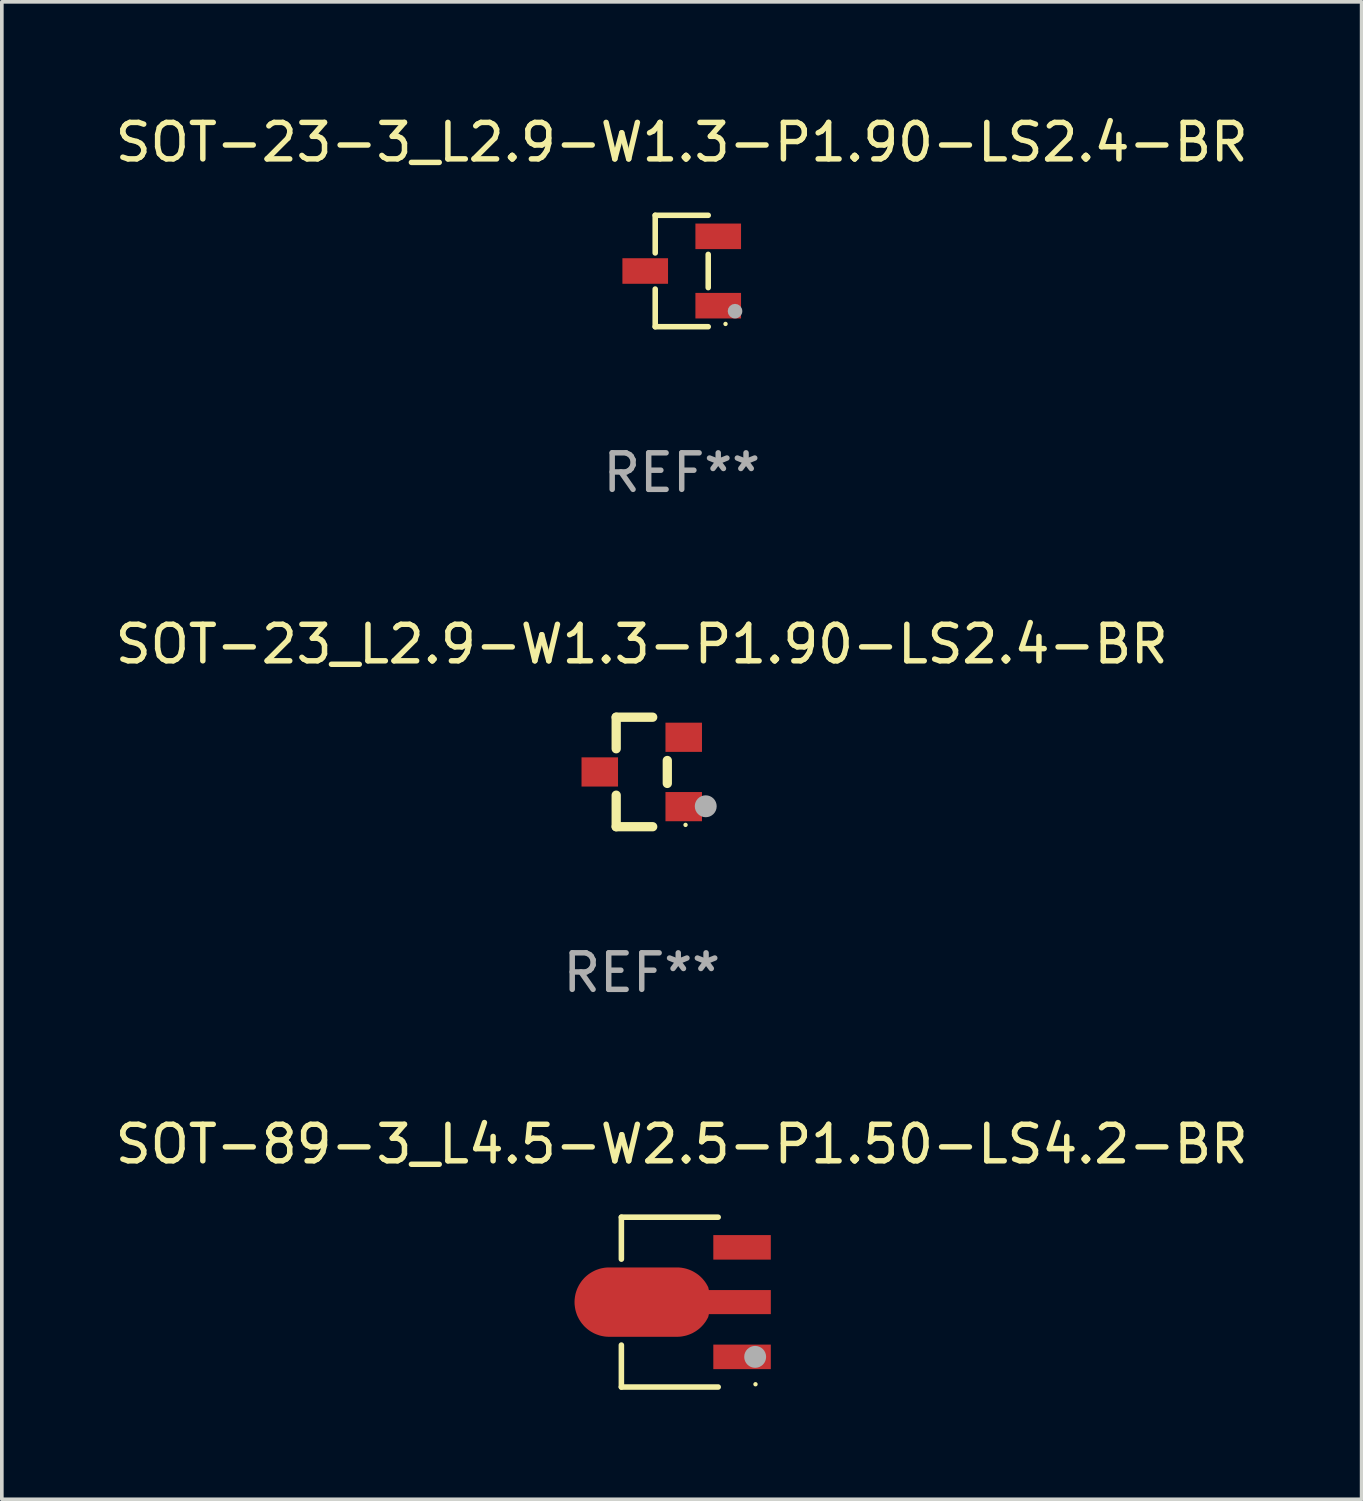
<source format=kicad_pcb>
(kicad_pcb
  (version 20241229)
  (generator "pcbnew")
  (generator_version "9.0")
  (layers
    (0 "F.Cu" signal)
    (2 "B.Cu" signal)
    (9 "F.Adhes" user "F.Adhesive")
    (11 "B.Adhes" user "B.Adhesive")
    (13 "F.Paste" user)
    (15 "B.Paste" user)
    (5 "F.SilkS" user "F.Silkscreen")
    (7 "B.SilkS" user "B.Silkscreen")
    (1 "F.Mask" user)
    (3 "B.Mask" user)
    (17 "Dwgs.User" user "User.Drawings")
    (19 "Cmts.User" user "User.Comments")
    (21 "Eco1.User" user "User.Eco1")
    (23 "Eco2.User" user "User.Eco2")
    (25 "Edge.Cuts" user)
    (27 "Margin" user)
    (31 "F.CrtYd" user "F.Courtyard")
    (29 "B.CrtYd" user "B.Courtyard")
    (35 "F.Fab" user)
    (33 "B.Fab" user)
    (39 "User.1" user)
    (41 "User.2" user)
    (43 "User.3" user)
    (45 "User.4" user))
  (footprint "SOT-89-3_L4.5-W2.5-P1.50-LS4.2-BR"
    (layer "F.Cu")
    (at 15.922 32.62)
    (property "Reference" "SOT-89-3_L4.5-W2.5-P1.50-LS4.2-BR" (at -0.297 -4.326 0) (layer "F.SilkS") (effects (font (size 1 1) (thickness 0.15))))
    (attr smd)
    (fp_line (start -1.95 -2.326) (end -1.95 -1.177) (stroke (width 0.152) (type solid)) (layer "F.SilkS"))
    (fp_line (start -1.95 2.326) (end -1.95 1.177) (stroke (width 0.152) (type solid)) (layer "F.SilkS"))
    (fp_line (start 0.702 -2.326) (end -1.95 -2.326) (stroke (width 0.152) (type solid)) (layer "F.SilkS"))
    (fp_line (start 0.702 2.326) (end -1.95 2.326) (stroke (width 0.152) (type solid)) (layer "F.SilkS"))
    (fp_circle (center 1.724 2.25) (end 1.754 2.25) (stroke (width 0.06) (type solid)) (fill no) (layer "F.SilkS"))
    (fp_circle (center 1.715 1.5) (end 1.865 1.5) (stroke (width 0.3) (type solid)) (fill no) (layer "F.Fab"))
    (pad "1" smd rect (at 1.356 1.5) (size 1.575 0.672) (layers "F.Cu" "F.Mask" "F.Paste"))
    (pad "2" smd custom (at -1.356 0.000127) (size 0.1 0.1) (layers "F.Cu" "F.Mask" "F.Paste") (options (anchor circle)) (primitives (gr_poly (pts (xy -0.927 -0.95) (xy 0.927 -0.95) (xy 0.972 -0.949) (xy 1.016 -0.946) (xy 1.06 -0.941) (xy 1.104 -0.933) (xy 1.148 -0.924) (xy 1.191 -0.913) (xy 1.233 -0.899) (xy 1.275 -0.884) (xy 1.316 -0.867) (xy 1.357 -0.847) (xy 1.396 -0.826) (xy 1.434 -0.803) (xy 1.471 -0.779) (xy 1.507 -0.753) (xy 1.542 -0.725) (xy 1.575 -0.695) (xy 1.607 -0.664) (xy 1.637 -0.631) (xy 1.666 -0.597) (xy 1.693 -0.562) (xy 1.719 -0.525) (xy 1.742 -0.488) (xy 1.764 -0.449) (xy 1.785 -0.409) (xy 1.803 -0.33) (xy 3.5 -0.33) (xy 3.5 0.33) (xy 1.803 0.33) (xy 1.785 0.409) (xy 1.764 0.449) (xy 1.742 0.488) (xy 1.719 0.526) (xy 1.693 0.562) (xy 1.666 0.597) (xy 1.637 0.631) (xy 1.607 0.664) (xy 1.575 0.695) (xy 1.542 0.725) (xy 1.507 0.753) (xy 1.471 0.779) (xy 1.434 0.804) (xy 1.396 0.826) (xy 1.357 0.848) (xy 1.316 0.867) (xy 1.275 0.884) (xy 1.233 0.899) (xy 1.191 0.913) (xy 1.148 0.924) (xy 1.104 0.933) (xy 1.06 0.941) (xy 1.016 0.946) (xy 0.972 0.949) (xy 0.927 0.95) (xy -0.927 0.95) (xy -0.972 0.949) (xy -1.016 0.946) (xy -1.06 0.941) (xy -1.104 0.933) (xy -1.148 0.924) (xy -1.191 0.913) (xy -1.233 0.899) (xy -1.275 0.884) (xy -1.316 0.867) (xy -1.356 0.848) (xy -1.396 0.826) (xy -1.434 0.804) (xy -1.471 0.779) (xy -1.507 0.753) (xy -1.541 0.725) (xy -1.575 0.695) (xy -1.607 0.664) (xy -1.637 0.631) (xy -1.666 0.597) (xy -1.693 0.562) (xy -1.718 0.526) (xy -1.742 0.488) (xy -1.764 0.449) (xy -1.784 0.409) (xy -1.803 0.369) (xy -1.819 0.327) (xy -1.833 0.285) (xy -1.846 0.242) (xy -1.856 0.199) (xy -1.864 0.155) (xy -1.87 0.111) (xy -1.875 0.067) (xy -1.877 0.022) (xy -1.877 -0.022) (xy -1.875 -0.067) (xy -1.87 -0.111) (xy -1.864 -0.155) (xy -1.856 -0.199) (xy -1.846 -0.242) (xy -1.833 -0.285) (xy -1.819 -0.327) (xy -1.803 -0.369) (xy -1.784 -0.409) (xy -1.764 -0.449) (xy -1.742 -0.488) (xy -1.718 -0.525) (xy -1.693 -0.562) (xy -1.666 -0.597) (xy -1.637 -0.631) (xy -1.607 -0.664) (xy -1.575 -0.695) (xy -1.541 -0.725) (xy -1.507 -0.753) (xy -1.471 -0.779) (xy -1.434 -0.803) (xy -1.396 -0.826) (xy -1.356 -0.847) (xy -1.316 -0.867) (xy -1.275 -0.884) (xy -1.233 -0.899) (xy -1.191 -0.913) (xy -1.148 -0.924) (xy -1.104 -0.933) (xy -1.06 -0.941) (xy -1.016 -0.946) (xy -0.972 -0.949) (xy -0.927 -0.95)) (width 0) (fill yes))))
    (pad "3" smd rect (at 1.356 -1.5) (size 1.575 0.672) (layers "F.Cu" "F.Mask" "F.Paste")))
  (footprint "SOT-23-3_L2.9-W1.3-P1.90-LS2.4-BR"
    (layer "F.Cu")
    (at 15.625 4.374)
    (property "Reference" "SOT-23-3_L2.9-W1.3-P1.90-LS2.4-BR" (at 0 -3.526 0) (layer "F.SilkS") (effects (font (size 1 1) (thickness 0.15))))
    (attr smd)
    (fp_line (start -0.726 -1.526) (end -0.726 -0.495) (stroke (width 0.152) (type solid)) (layer "F.SilkS"))
    (fp_line (start -0.726 1.526) (end -0.726 0.495) (stroke (width 0.152) (type solid)) (layer "F.SilkS"))
    (fp_line (start 0.726 -1.526) (end -0.726 -1.526) (stroke (width 0.152) (type solid)) (layer "F.SilkS"))
    (fp_line (start 0.726 -0.455) (end 0.726 0.455) (stroke (width 0.152) (type solid)) (layer "F.SilkS"))
    (fp_line (start 0.726 1.526) (end -0.726 1.526) (stroke (width 0.152) (type solid)) (layer "F.SilkS"))
    (fp_circle (center 1.2 1.45) (end 1.23 1.45) (stroke (width 0.06) (type solid)) (fill no) (layer "F.SilkS"))
    (fp_circle (center 1.46 1.1) (end 1.56 1.1) (stroke (width 0.2) (type solid)) (fill no) (layer "F.Fab"))
    (fp_text user "REF**" (at 0 5.526 0) (layer "F.Fab") (effects (font (size 1 1) (thickness 0.15))))
    (pad "1" smd rect (at 1 0.95) (size 1.25 0.7) (layers "F.Cu" "F.Mask" "F.Paste"))
    (pad "2" smd rect (at 1 -0.95) (size 1.25 0.7) (layers "F.Cu" "F.Mask" "F.Paste"))
    (pad "3" smd rect (at -1 0) (size 1.25 0.7) (layers "F.Cu" "F.Mask" "F.Paste")))
  (footprint "SOT-23_L2.9-W1.3-P1.90-LS2.4-BR"
    (layer "F.Cu")
    (at 14.53 18.097)
    (property "Reference" "SOT-23_L2.9-W1.3-P1.90-LS2.4-BR" (at 0 -3.5 0) (layer "F.SilkS") (effects (font (size 1 1) (thickness 0.15))))
    (attr smd)
    (fp_line (start -0.7 -1.5) (end 0.3 -1.5) (stroke (width 0.254) (type solid)) (layer "F.SilkS"))
    (fp_line (start -0.7 -0.636) (end -0.7 -1.5) (stroke (width 0.254) (type solid)) (layer "F.SilkS"))
    (fp_line (start -0.7 1.5) (end -0.7 0.636) (stroke (width 0.254) (type solid)) (layer "F.SilkS"))
    (fp_line (start -0.7 1.5) (end 0.3 1.5) (stroke (width 0.254) (type solid)) (layer "F.SilkS"))
    (fp_line (start 0.7 0.314) (end 0.7 -0.314) (stroke (width 0.254) (type solid)) (layer "F.SilkS"))
    (fp_circle (center 1.2 1.45) (end 1.23 1.45) (stroke (width 0.06) (type solid)) (fill no) (layer "F.SilkS"))
    (fp_circle (center 1.753 0.94) (end 1.903 0.94) (stroke (width 0.3) (type solid)) (fill no) (layer "F.Fab"))
    (fp_text user "REF**" (at 0 5.5 0) (layer "F.Fab") (effects (font (size 1 1) (thickness 0.15))))
    (pad "1" smd rect (at 1.15 0.95 180) (size 1 0.8) (layers "F.Cu" "F.Mask" "F.Paste"))
    (pad "2" smd rect (at 1.15 -0.95 180) (size 1 0.8) (layers "F.Cu" "F.Mask" "F.Paste"))
    (pad "3" smd rect (at -1.15 -0.000051 180) (size 1 0.8) (layers "F.Cu" "F.Mask" "F.Paste")))
  (gr_rect
    (start -3 -3)
    (end 34.25 38.022)
    (stroke (width 0.1) (type default))
    (fill no)
    (layer "Edge.Cuts")))
</source>
